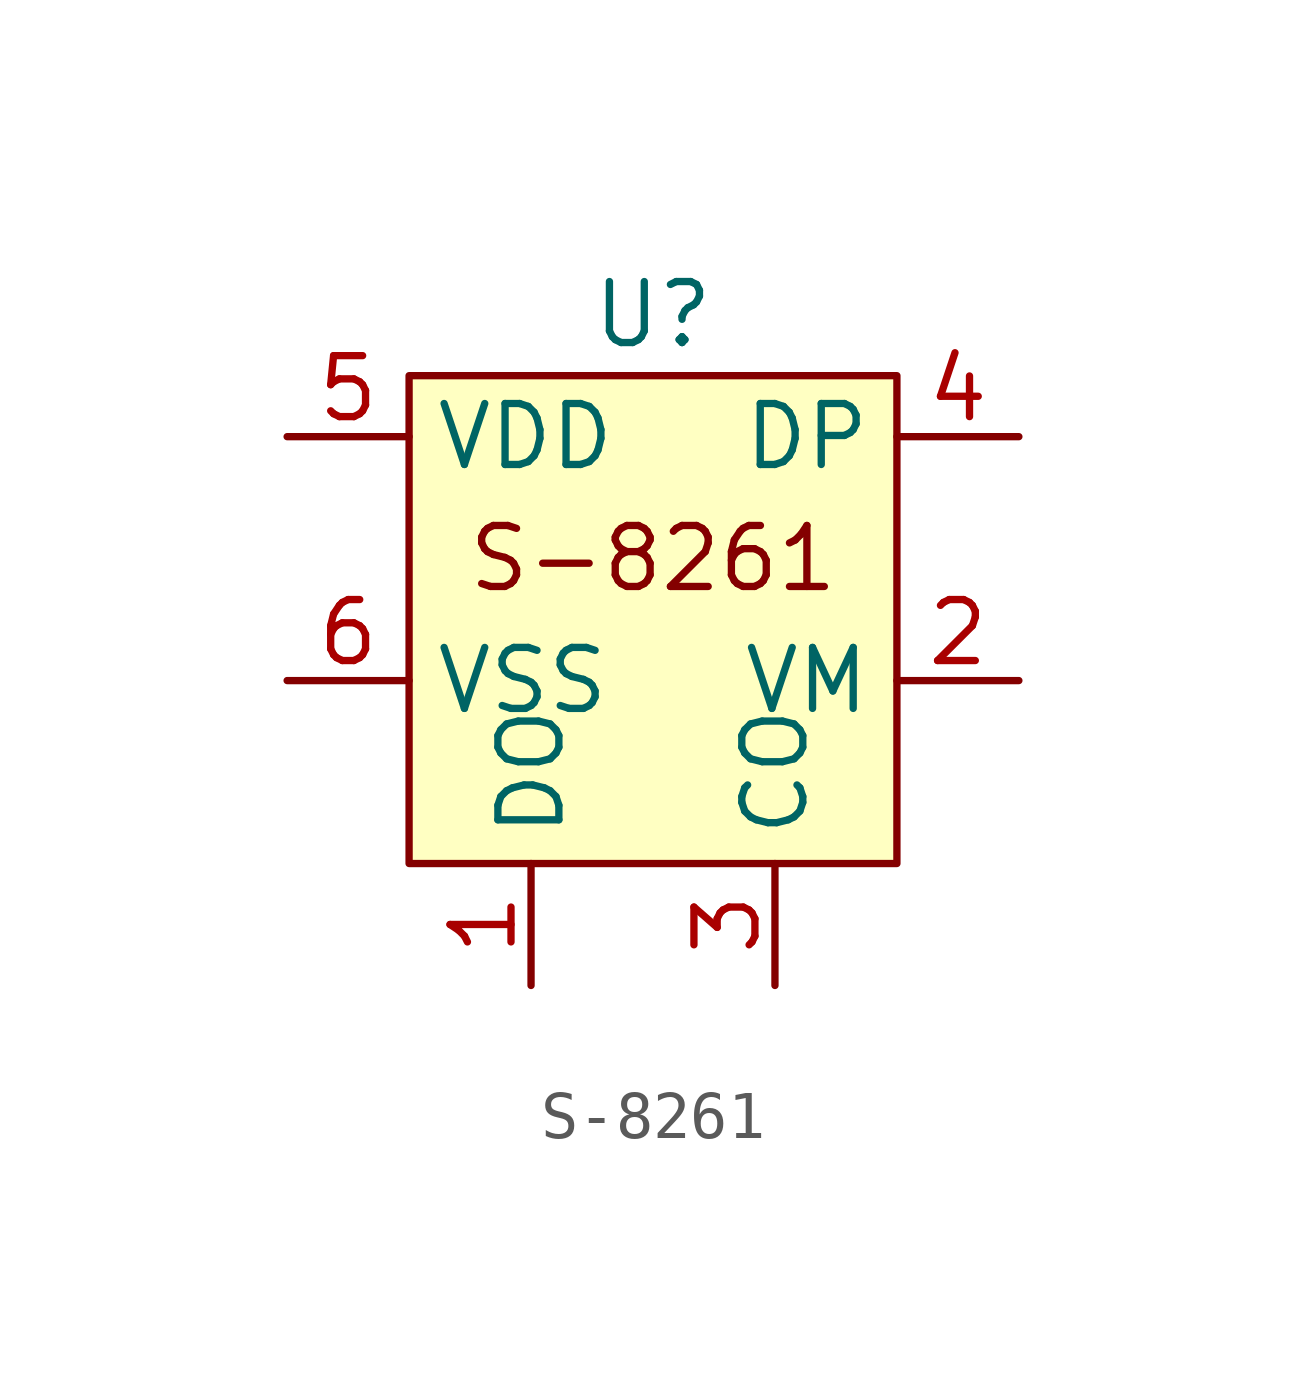
<source format=kicad_sym>
(kicad_symbol_lib
  (version 20220914)
  (generator kicad_symbol_editor)
  (symbol "S-8261"
    (property "Reference" "U"
      (at 0 3.81 0)
      (effects (font (size 1.27 1.27))))
    (property "Value" ""
      (at 0 0 0)
      (effects (font (size 1.27 1.27))))
    (symbol "S-8261_1_1"
      (rectangle (start -5.08 2.54) (end 5.08 -7.62) (stroke (width 0) (type default)) (fill (type background)))
      (text "S-8261" (at 0 -1.27 0) (effects (font (size 1.27 1.27))))
      (pin passive line (at -2.54 -10.16 90) (length 2.54) (name "DO" (effects (font (size 1.27 1.27)))) (number "1" (effects (font (size 1.27 1.27)))))
      (pin passive line (at 7.62 -3.81 180) (length 2.54) (name "VM" (effects (font (size 1.27 1.27)))) (number "2" (effects (font (size 1.27 1.27)))))
      (pin passive line (at 2.54 -10.16 90) (length 2.54) (name "CO" (effects (font (size 1.27 1.27)))) (number "3" (effects (font (size 1.27 1.27)))))
      (pin passive line (at 7.62 1.27 180) (length 2.54) (name "DP" (effects (font (size 1.27 1.27)))) (number "4" (effects (font (size 1.27 1.27)))))
      (pin passive line (at -7.62 1.27 0) (length 2.54) (name "VDD" (effects (font (size 1.27 1.27)))) (number "5" (effects (font (size 1.27 1.27)))))
      (pin passive line (at -7.62 -3.81 0) (length 2.54) (name "VSS" (effects (font (size 1.27 1.27)))) (number "6" (effects (font (size 1.27 1.27))))))))
</source>
